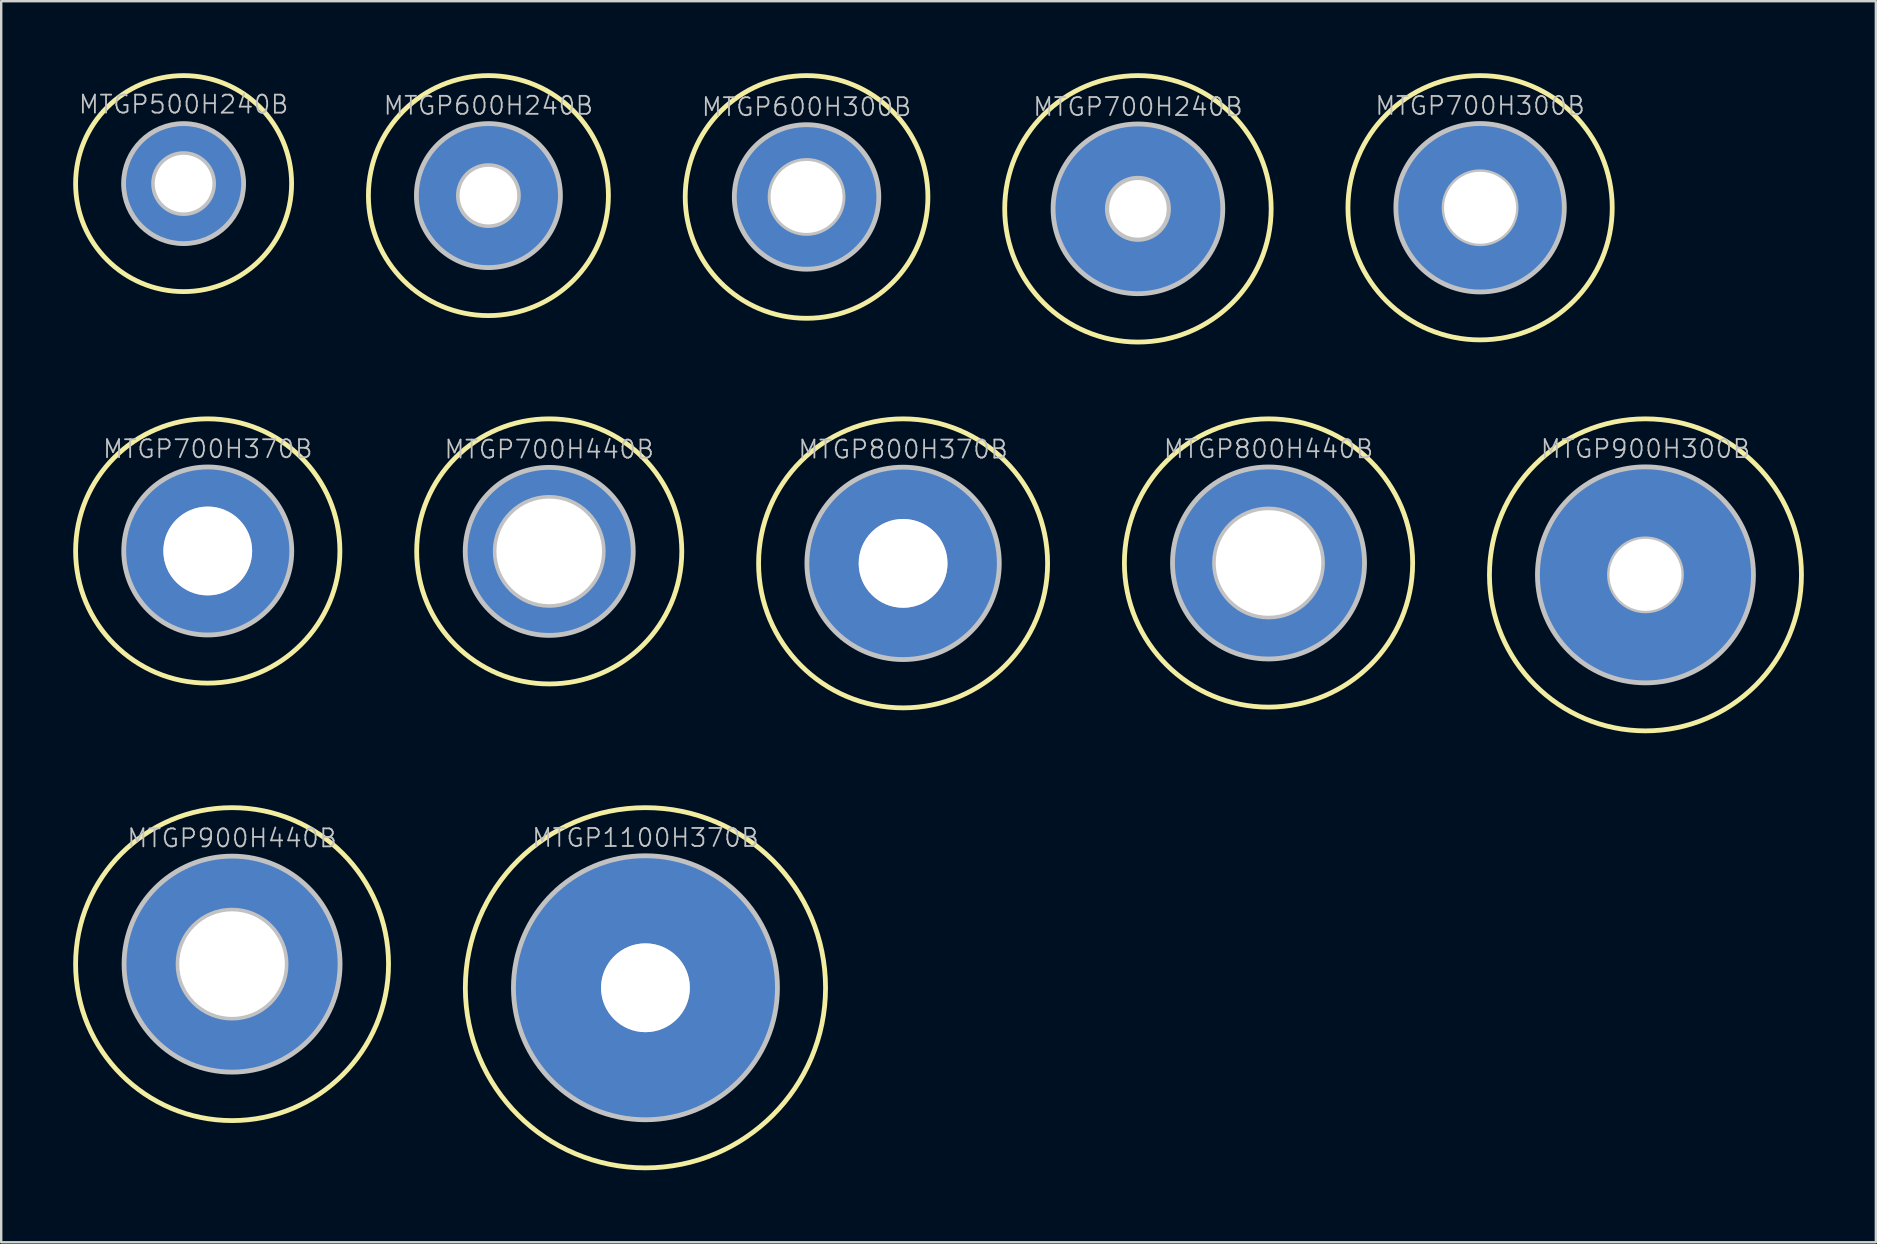
<source format=kicad_pcb>
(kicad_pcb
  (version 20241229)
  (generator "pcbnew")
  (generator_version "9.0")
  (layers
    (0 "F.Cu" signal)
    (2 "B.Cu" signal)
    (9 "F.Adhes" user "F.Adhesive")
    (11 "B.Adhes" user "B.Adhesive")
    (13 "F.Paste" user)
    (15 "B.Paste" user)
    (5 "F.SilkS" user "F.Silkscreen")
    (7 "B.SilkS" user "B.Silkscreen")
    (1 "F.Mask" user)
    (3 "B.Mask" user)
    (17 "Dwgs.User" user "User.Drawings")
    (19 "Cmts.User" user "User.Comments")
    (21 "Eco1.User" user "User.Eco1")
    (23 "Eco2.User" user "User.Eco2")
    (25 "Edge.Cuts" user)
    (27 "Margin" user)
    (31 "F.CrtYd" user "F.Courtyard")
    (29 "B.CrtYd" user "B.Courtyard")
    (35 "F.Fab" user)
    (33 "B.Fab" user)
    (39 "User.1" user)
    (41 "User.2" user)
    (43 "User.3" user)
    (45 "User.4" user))
  (footprint "MTGP900H300B"
    (layer "F.Cu")
    (at 65.509 20.902)
    (property "Reference" "MTGP900H300B" (at 0 -5.25 0) (layer "Dwgs.User") (effects (font (size 0.75 0.75) (thickness 0.075))))
    (attr through_hole)
    (fp_circle (center 0 0) (end 6.5 0) (stroke (width 0.2) (type solid)) (fill no) (layer "F.SilkS"))
    (fp_circle (center 0 0) (end 1.5 0) (stroke (width 0.2) (type solid)) (fill no) (layer "Dwgs.User"))
    (fp_circle (center 0 0) (end 4.5 0) (stroke (width 0.2) (type solid)) (fill no) (layer "Dwgs.User"))
    (pad "~" thru_hole circle (at 0 0) (size 9 9) (drill 3) (layers "*.Cu" "*.Mask")))
  (footprint "MTGP700H300B"
    (layer "F.Cu")
    (at 58.619 5.606)
    (property "Reference" "MTGP700H300B" (at 0 -4.25 0) (layer "Dwgs.User") (effects (font (size 0.75 0.75) (thickness 0.075))))
    (attr through_hole)
    (fp_circle (center 0 0) (end 5.5 -0.25) (stroke (width 0.2) (type solid)) (fill no) (layer "F.SilkS"))
    (fp_circle (center 0 0) (end 1.5 0) (stroke (width 0.2) (type solid)) (fill no) (layer "Dwgs.User"))
    (fp_circle (center 0 0) (end 3.5 -0.25) (stroke (width 0.2) (type solid)) (fill no) (layer "Dwgs.User"))
    (pad "~" thru_hole circle (at 0 0) (size 7 7) (drill 3) (layers "*.Cu" "*.Mask")))
  (footprint "MTGP700H440B"
    (layer "F.Cu")
    (at 19.834 19.924)
    (property "Reference" "MTGP700H440B" (at 0 -4.25 0) (layer "Dwgs.User") (effects (font (size 0.75 0.75) (thickness 0.075))))
    (attr through_hole)
    (fp_circle (center 0 0) (end 5.5 0.5) (stroke (width 0.2) (type solid)) (fill no) (layer "F.SilkS"))
    (fp_circle (center 0 0) (end 2.25 0) (stroke (width 0.2) (type solid)) (fill no) (layer "Dwgs.User"))
    (fp_circle (center 0 0) (end 3.5 0) (stroke (width 0.2) (type solid)) (fill no) (layer "Dwgs.User"))
    (pad "~" thru_hole circle (at 0 0) (size 7 7) (drill 4.4) (layers "*.Cu" "*.Mask")))
  (footprint "MTGP900H440B"
    (layer "F.Cu")
    (at 6.619 37.121)
    (property "Reference" "MTGP900H440B" (at 0 -5.25 0) (layer "Dwgs.User") (effects (font (size 0.75 0.75) (thickness 0.075))))
    (attr through_hole)
    (fp_circle (center 0 0) (end 6.5 0.5) (stroke (width 0.2) (type solid)) (fill no) (layer "F.SilkS"))
    (fp_circle (center 0 0) (end 2.25 0) (stroke (width 0.2) (type solid)) (fill no) (layer "Dwgs.User"))
    (fp_circle (center 0 0) (end 4.5 0) (stroke (width 0.2) (type solid)) (fill no) (layer "Dwgs.User"))
    (pad "~" thru_hole circle (at 0 0) (size 9 9) (drill 4.4) (layers "*.Cu" "*.Mask")))
  (footprint "MTGP700H370B"
    (layer "F.Cu")
    (at 5.606 19.907)
    (property "Reference" "MTGP700H370B" (at 0 -4.25 0) (layer "Dwgs.User") (effects (font (size 0.75 0.75) (thickness 0.075))))
    (attr through_hole)
    (fp_circle (center 0 0) (end 5.5 -0.25) (stroke (width 0.2) (type solid)) (fill no) (layer "F.SilkS"))
    (fp_circle (center 0 0) (end 1.75 0) (stroke (width 0.2) (type solid)) (fill no) (layer "Dwgs.User"))
    (fp_circle (center 0 0) (end 3.5 0) (stroke (width 0.2) (type solid)) (fill no) (layer "Dwgs.User"))
    (pad "~" thru_hole circle (at 0 0) (size 7 7) (drill 3.7) (layers "*.Cu" "*.Mask")))
  (footprint "MTGP600H300B"
    (layer "F.Cu")
    (at 30.556 5.156)
    (property "Reference" "MTGP600H300B" (at 0 -3.75 0) (layer "Dwgs.User") (effects (font (size 0.75 0.75) (thickness 0.075))))
    (attr through_hole)
    (fp_circle (center 0 0) (end 5 -0.75) (stroke (width 0.2) (type solid)) (fill no) (layer "F.SilkS"))
    (fp_circle (center 0 0) (end 1.5 -0.25) (stroke (width 0.2) (type solid)) (fill no) (layer "Dwgs.User"))
    (fp_circle (center 0 0) (end 3 -0.25) (stroke (width 0.2) (type solid)) (fill no) (layer "Dwgs.User"))
    (pad "~" thru_hole circle (at 0 0) (size 6 6) (drill 3) (layers "*.Cu" "*.Mask")))
  (footprint "MTGP800H370B"
    (layer "F.Cu")
    (at 34.578 20.423)
    (property "Reference" "MTGP800H370B" (at 0 -4.75 0) (layer "Dwgs.User") (effects (font (size 0.75 0.75) (thickness 0.075))))
    (attr through_hole)
    (fp_circle (center 0 0) (end 6 0.5) (stroke (width 0.2) (type solid)) (fill no) (layer "F.SilkS"))
    (fp_circle (center 0 0) (end 1.75 0) (stroke (width 0.2) (type solid)) (fill no) (layer "Dwgs.User"))
    (fp_circle (center 0 0) (end 4 0.25) (stroke (width 0.2) (type solid)) (fill no) (layer "Dwgs.User"))
    (pad "~" thru_hole circle (at 0 0) (size 8 8) (drill 3.7) (layers "*.Cu" "*.Mask")))
  (footprint "MTGP500H240B"
    (layer "F.Cu")
    (at 4.6 4.6)
    (property "Reference" "MTGP500H240B" (at 0 -3.3 0) (layer "Dwgs.User") (effects (font (size 0.75 0.75) (thickness 0.075))))
    (attr through_hole)
    (fp_circle (center 0 0) (end 4.5 0) (stroke (width 0.2) (type solid)) (fill no) (layer "F.SilkS"))
    (fp_circle (center 0 0) (end 1.25 0) (stroke (width 0.2) (type solid)) (fill no) (layer "Dwgs.User"))
    (fp_circle (center 0 0) (end 2.5 0) (stroke (width 0.2) (type solid)) (fill no) (layer "Dwgs.User"))
    (pad "~" thru_hole circle (at 0 0) (size 5 5) (drill 2.4) (layers "*.Cu" "*.Mask")))
  (footprint "MTGP1100H370B"
    (layer "F.Cu")
    (at 23.843 38.106)
    (property "Reference" "MTGP1100H370B" (at 0 -6.25 0) (layer "Dwgs.User") (effects (font (size 0.75 0.75) (thickness 0.075))))
    (attr through_hole)
    (fp_circle (center 0 0) (end 7.5 -0.25) (stroke (width 0.2) (type solid)) (fill no) (layer "F.SilkS"))
    (fp_circle (center 0 0) (end 1.75 0) (stroke (width 0.2) (type solid)) (fill no) (layer "Dwgs.User"))
    (fp_circle (center 0 0) (end 5.5 0) (stroke (width 0.2) (type solid)) (fill no) (layer "Dwgs.User"))
    (pad "~" thru_hole circle (at 0 0) (size 11 11) (drill 3.7) (layers "*.Cu" "*.Mask")))
  (footprint "MTGP700H240B"
    (layer "F.Cu")
    (at 44.363 5.651)
    (property "Reference" "MTGP700H240B" (at 0 -4.25 0) (layer "Dwgs.User") (effects (font (size 0.75 0.75) (thickness 0.075))))
    (attr through_hole)
    (fp_circle (center 0 0) (end 5.5 -0.75) (stroke (width 0.2) (type solid)) (fill no) (layer "F.SilkS"))
    (fp_circle (center 0 0) (end 1.25 -0.25) (stroke (width 0.2) (type solid)) (fill no) (layer "Dwgs.User"))
    (fp_circle (center 0 0) (end 3.5 -0.5) (stroke (width 0.2) (type solid)) (fill no) (layer "Dwgs.User"))
    (pad "~" thru_hole circle (at 0 0) (size 7 7) (drill 2.4) (layers "*.Cu" "*.Mask")))
  (footprint "MTGP800H440B"
    (layer "F.Cu")
    (at 49.804 20.407)
    (property "Reference" "MTGP800H440B" (at 0 -4.75 0) (layer "Dwgs.User") (effects (font (size 0.75 0.75) (thickness 0.075))))
    (attr through_hole)
    (fp_circle (center 0 0) (end 6 -0.25) (stroke (width 0.2) (type solid)) (fill no) (layer "F.SilkS"))
    (fp_circle (center 0 0) (end 2.25 0) (stroke (width 0.2) (type solid)) (fill no) (layer "Dwgs.User"))
    (fp_circle (center 0 0) (end 4 0) (stroke (width 0.2) (type solid)) (fill no) (layer "Dwgs.User"))
    (pad "~" thru_hole circle (at 0 0) (size 8 8) (drill 4.4) (layers "*.Cu" "*.Mask")))
  (footprint "MTGP600H240B"
    (layer "F.Cu")
    (at 17.3 5.1)
    (property "Reference" "MTGP600H240B" (at 0 -3.75 0) (layer "Dwgs.User") (effects (font (size 0.75 0.75) (thickness 0.075))))
    (attr through_hole)
    (fp_circle (center 0 0) (end 5 0) (stroke (width 0.2) (type solid)) (fill no) (layer "F.SilkS"))
    (fp_circle (center 0 0) (end 1.25 0) (stroke (width 0.2) (type solid)) (fill no) (layer "Dwgs.User"))
    (fp_circle (center 0 0) (end 3 0) (stroke (width 0.2) (type solid)) (fill no) (layer "Dwgs.User"))
    (pad "~" thru_hole circle (at 0 0) (size 6 6) (drill 2.4) (layers "*.Cu" "*.Mask")))
  (gr_rect
    (start -3 -3)
    (end 75.109 48.71)
    (stroke (width 0.1) (type default))
    (fill no)
    (layer "Edge.Cuts")))
</source>
